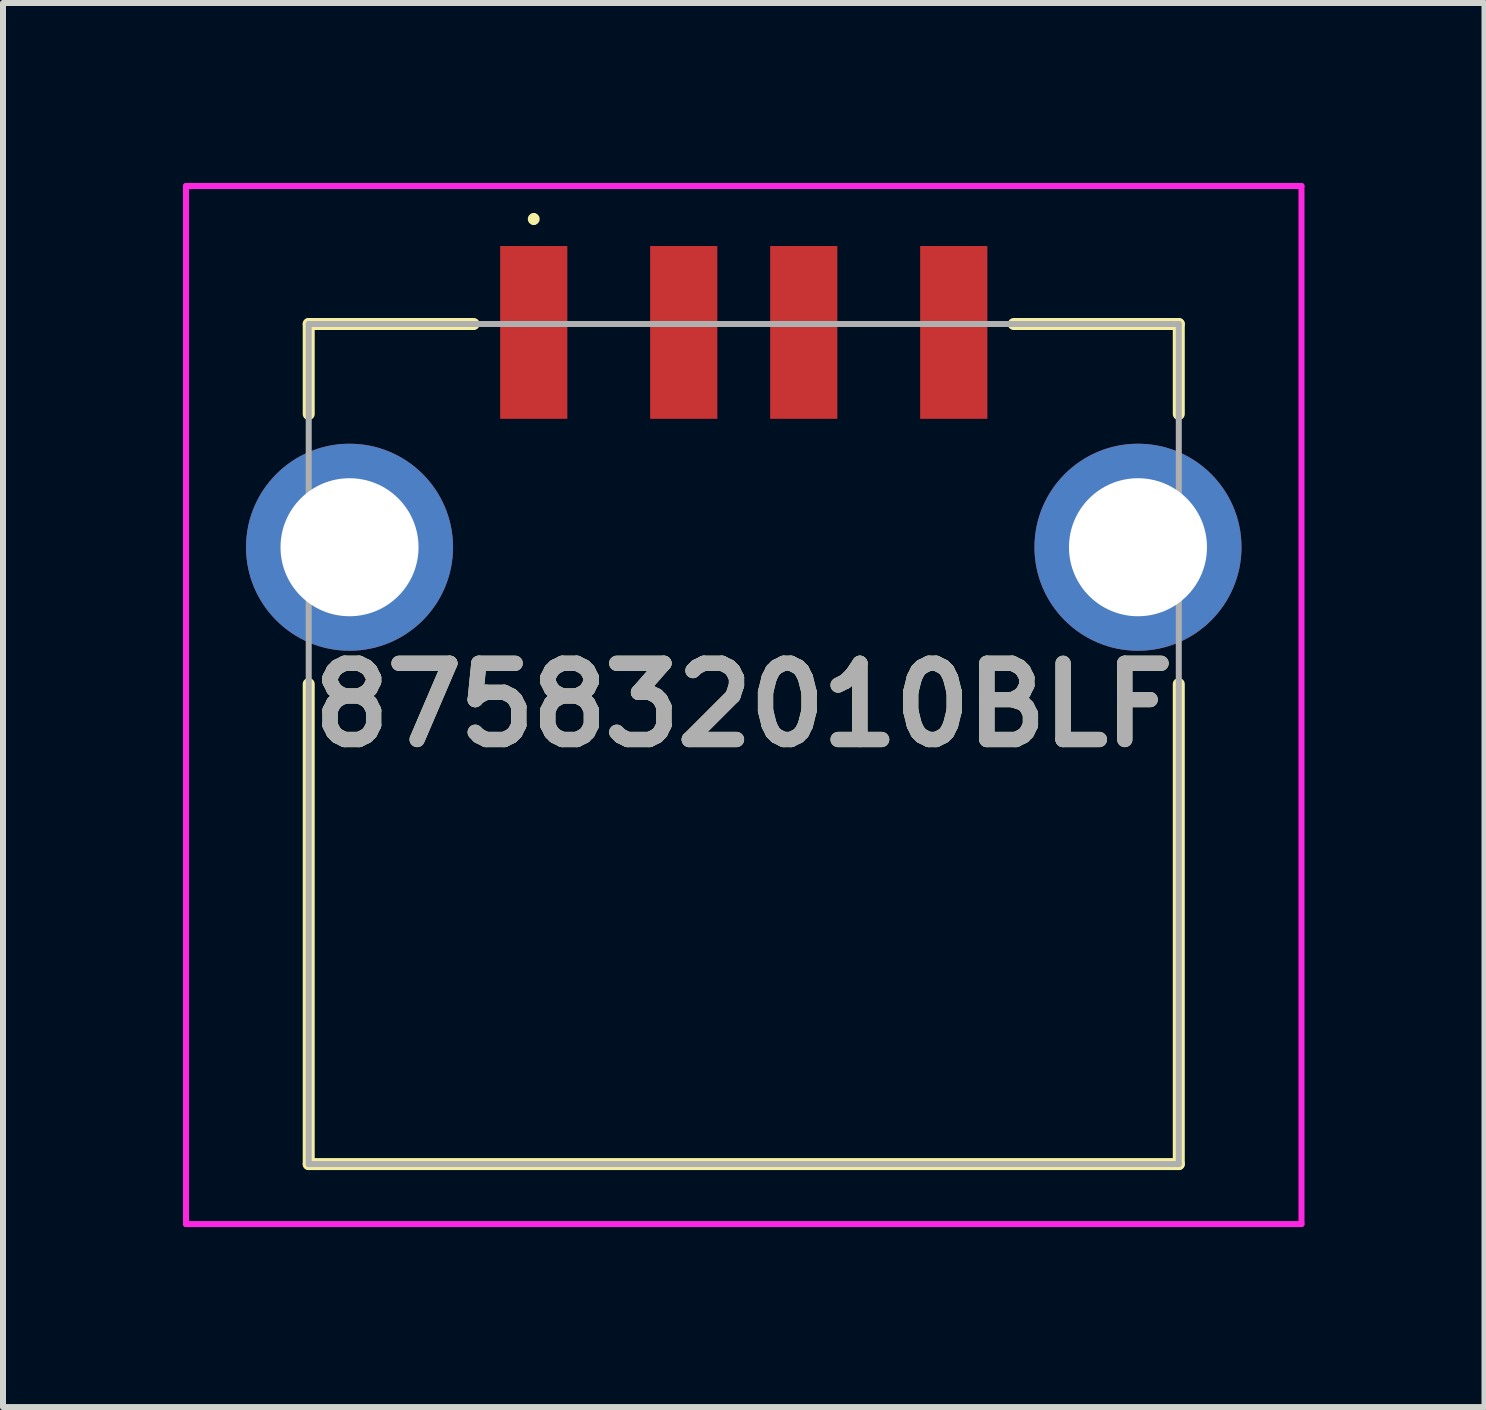
<source format=kicad_pcb>
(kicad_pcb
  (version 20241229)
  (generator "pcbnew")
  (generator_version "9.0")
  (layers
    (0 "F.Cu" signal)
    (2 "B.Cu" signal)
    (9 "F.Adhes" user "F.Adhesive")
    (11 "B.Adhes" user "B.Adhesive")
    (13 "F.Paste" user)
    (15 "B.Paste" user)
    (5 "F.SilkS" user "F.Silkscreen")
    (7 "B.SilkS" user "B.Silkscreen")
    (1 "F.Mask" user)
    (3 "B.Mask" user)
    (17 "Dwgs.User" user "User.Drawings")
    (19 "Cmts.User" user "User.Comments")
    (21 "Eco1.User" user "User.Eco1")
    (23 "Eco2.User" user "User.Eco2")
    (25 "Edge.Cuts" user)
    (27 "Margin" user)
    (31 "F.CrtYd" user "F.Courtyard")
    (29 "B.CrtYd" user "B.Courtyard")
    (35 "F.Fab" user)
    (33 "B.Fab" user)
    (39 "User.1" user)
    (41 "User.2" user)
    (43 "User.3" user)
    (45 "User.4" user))
  (footprint "875832010BLF"
    (layer "F.Cu")
    (at 9.345 9.35)
    (property "Reference" "875832010BLF" (at 0 -0.65 0) (layer "F.SilkS") (effects (font (size 1.27 1.27) (thickness 0.254))))
    (attr through_hole)
    (fp_line (start -7.25 -7) (end -7.25 -5.5) (stroke (width 0.2) (type solid)) (layer "F.SilkS"))
    (fp_line (start -7.25 -1) (end -7.25 7) (stroke (width 0.2) (type solid)) (layer "F.SilkS"))
    (fp_line (start -7.25 7) (end 7.25 7) (stroke (width 0.2) (type solid)) (layer "F.SilkS"))
    (fp_line (start -4.5 -7) (end -7.25 -7) (stroke (width 0.2) (type solid)) (layer "F.SilkS"))
    (fp_line (start -3.5 -8.8) (end -3.5 -8.8) (stroke (width 0.1) (type solid)) (layer "F.SilkS"))
    (fp_line (start -3.5 -8.7) (end -3.5 -8.7) (stroke (width 0.1) (type solid)) (layer "F.SilkS"))
    (fp_line (start 4.5 -7) (end 7.25 -7) (stroke (width 0.2) (type solid)) (layer "F.SilkS"))
    (fp_line (start 7.25 -7) (end 7.25 -5.5) (stroke (width 0.2) (type solid)) (layer "F.SilkS"))
    (fp_line (start 7.25 7) (end 7.25 -1) (stroke (width 0.2) (type solid)) (layer "F.SilkS"))
    (fp_arc (start -3.5 -8.8) (mid -3.45 -8.75) (end -3.5 -8.7) (stroke (width 0.1) (type solid)) (layer "F.SilkS"))
    (fp_arc (start -3.5 -8.7) (mid -3.55 -8.75) (end -3.5 -8.8) (stroke (width 0.1) (type solid)) (layer "F.SilkS"))
    (fp_line (start -9.295 -9.3) (end 9.295 -9.3) (stroke (width 0.1) (type solid)) (layer "F.CrtYd"))
    (fp_line (start -9.295 8) (end -9.295 -9.3) (stroke (width 0.1) (type solid)) (layer "F.CrtYd"))
    (fp_line (start 9.295 -9.3) (end 9.295 8) (stroke (width 0.1) (type solid)) (layer "F.CrtYd"))
    (fp_line (start 9.295 8) (end -9.295 8) (stroke (width 0.1) (type solid)) (layer "F.CrtYd"))
    (fp_line (start -7.25 -7) (end 7.25 -7) (stroke (width 0.1) (type solid)) (layer "F.Fab"))
    (fp_line (start -7.25 7) (end -7.25 -7) (stroke (width 0.1) (type solid)) (layer "F.Fab"))
    (fp_line (start 7.25 -7) (end 7.25 7) (stroke (width 0.1) (type solid)) (layer "F.Fab"))
    (fp_line (start 7.25 7) (end -7.25 7) (stroke (width 0.1) (type solid)) (layer "F.Fab"))
    (fp_text user "${REFERENCE}" (at 0 -0.65 0) (layer "F.Fab") (effects (font (size 1.27 1.27) (thickness 0.254))))
    (pad "1" smd rect (at -3.5 -6.86) (size 1.12 2.88) (layers "F.Cu" "F.Mask" "F.Paste"))
    (pad "2" smd rect (at -1 -6.86) (size 1.12 2.88) (layers "F.Cu" "F.Mask" "F.Paste"))
    (pad "3" smd rect (at 1 -6.86) (size 1.12 2.88) (layers "F.Cu" "F.Mask" "F.Paste"))
    (pad "4" smd rect (at 3.5 -6.86) (size 1.12 2.88) (layers "F.Cu" "F.Mask" "F.Paste"))
    (pad "MH1" thru_hole circle (at -6.57 -3.28) (size 3.45 3.45) (drill 2.3) (layers "*.Cu" "*.Mask"))
    (pad "MH2" thru_hole circle (at 6.57 -3.28) (size 3.45 3.45) (drill 2.3) (layers "*.Cu" "*.Mask")))
  (gr_rect
    (start -3 -3)
    (end 21.69 20.4)
    (stroke (width 0.1) (type default))
    (fill no)
    (layer "Edge.Cuts")))
</source>
